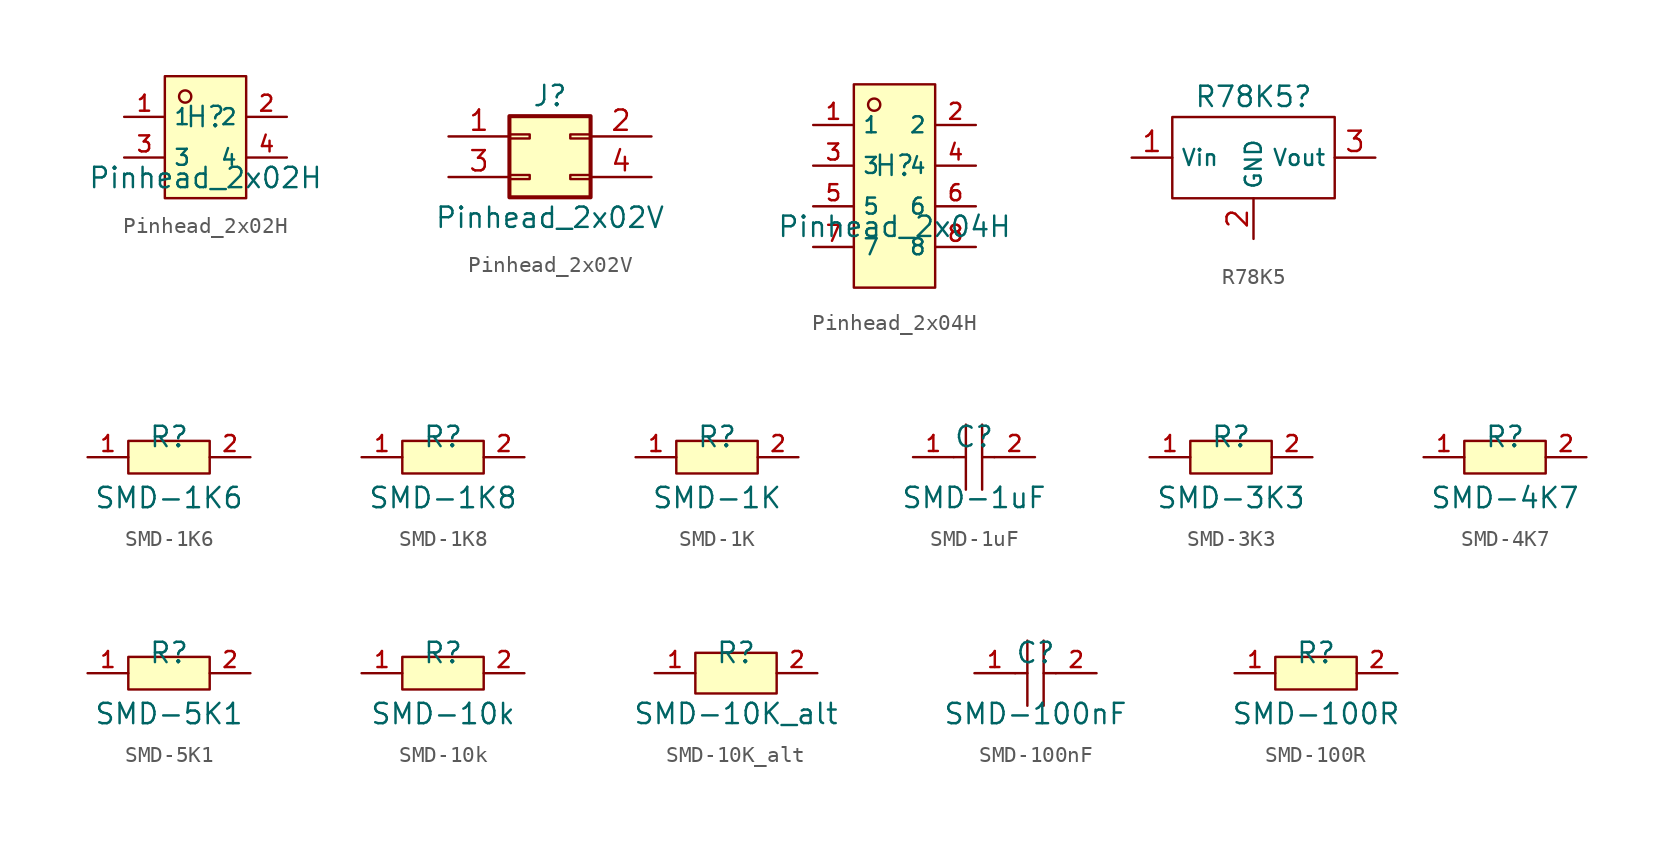
<source format=kicad_sym>
(kicad_symbol_lib
  (version 20231120)
  (generator "kicad_symbol_editor")
  (generator_version "8.0")
  (symbol "Pinhead_2x02H"
    (property "Reference" "H"
      (at 0 1.27 0)
      (effects (font (size 1.27 1.27))))
    (property "Value" "Pinhead_2x02H"
      (at 0 -2.54 0)
      (effects (font (size 1.27 1.27))))
    (symbol "Pinhead_2x02H_0_1"
      (rectangle (start -2.54 3.81) (end 2.54 -3.81) (stroke (width 0) (type default)) (fill (type background)))
      (circle (center -1.27 2.54) (radius 0.381) (stroke (width 0) (type default)) (fill (type background)))
      (pin unspecified line (at -5.08 1.27 0) (length 2.54) (name "1" (effects (font (size 1 1)))) (number "1" (effects (font (size 1 1)))))
      (pin unspecified line (at 5.08 1.27 180) (length 2.54) (name "2" (effects (font (size 1 1)))) (number "2" (effects (font (size 1 1)))))
      (pin unspecified line (at -5.08 -1.27 0) (length 2.54) (name "3" (effects (font (size 1 1)))) (number "3" (effects (font (size 1 1)))))
      (pin unspecified line (at 5.08 -1.27 180) (length 2.54) (name "4" (effects (font (size 1 1)))) (number "4" (effects (font (size 1 1)))))))
  (symbol "Pinhead_2x02V"
    (pin_names
      (offset 1.016) hide)
    (property "Reference" "J"
      (at 1.27 2.54 0)
      (effects (font (size 1.27 1.27))))
    (property "Value" "Pinhead_2x02V"
      (at 1.27 -5.08 0)
      (effects (font (size 1.27 1.27))))
    (symbol "Pinhead_2x02V_1_1"
      (rectangle (start -1.27 -2.413) (end 0 -2.667) (stroke (width 0.152) (type default)) (fill (type none)))
      (rectangle (start -1.27 0.127) (end 0 -0.127) (stroke (width 0.152) (type default)) (fill (type none)))
      (rectangle (start -1.27 1.27) (end 3.81 -3.81) (stroke (width 0.254) (type default)) (fill (type background)))
      (rectangle (start 3.81 -2.413) (end 2.54 -2.667) (stroke (width 0.152) (type default)) (fill (type none)))
      (rectangle (start 3.81 0.127) (end 2.54 -0.127) (stroke (width 0.152) (type default)) (fill (type none)))
      (pin passive line (at -5.08 0 0) (length 3.81) (name "Pin_1" (effects (font (size 1.27 1.27)))) (number "1" (effects (font (size 1.27 1.27)))))
      (pin passive line (at 7.62 0 180) (length 3.81) (name "Pin_2" (effects (font (size 1.27 1.27)))) (number "2" (effects (font (size 1.27 1.27)))))
      (pin passive line (at -5.08 -2.54 0) (length 3.81) (name "Pin_3" (effects (font (size 1.27 1.27)))) (number "3" (effects (font (size 1.27 1.27)))))
      (pin passive line (at 7.62 -2.54 180) (length 3.81) (name "Pin_4" (effects (font (size 1.27 1.27)))) (number "4" (effects (font (size 1.27 1.27)))))))
  (symbol "Pinhead_2x04H"
    (property "Reference" "H"
      (at 0 1.27 0)
      (effects (font (size 1.27 1.27))))
    (property "Value" "Pinhead_2x04H"
      (at 0 -2.54 0)
      (effects (font (size 1.27 1.27))))
    (symbol "Pinhead_2x04H_0_1"
      (rectangle (start -2.54 6.35) (end 2.54 -6.35) (stroke (width 0) (type default)) (fill (type background)))
      (circle (center -1.27 5.08) (radius 0.381) (stroke (width 0) (type default)) (fill (type background)))
      (pin unspecified line (at -5.08 3.81 0) (length 2.54) (name "1" (effects (font (size 1 1)))) (number "1" (effects (font (size 1 1)))))
      (pin unspecified line (at 5.08 3.81 180) (length 2.54) (name "2" (effects (font (size 1 1)))) (number "2" (effects (font (size 1 1)))))
      (pin unspecified line (at -5.08 1.27 0) (length 2.54) (name "3" (effects (font (size 1 1)))) (number "3" (effects (font (size 1 1)))))
      (pin unspecified line (at 5.08 1.27 180) (length 2.54) (name "4" (effects (font (size 1 1)))) (number "4" (effects (font (size 1 1)))))
      (pin unspecified line (at -5.08 -1.27 0) (length 2.54) (name "5" (effects (font (size 1 1)))) (number "5" (effects (font (size 1 1)))))
      (pin unspecified line (at 5.08 -1.27 180) (length 2.54) (name "6" (effects (font (size 1 1)))) (number "6" (effects (font (size 1 1)))))
      (pin unspecified line (at -5.08 -3.81 0) (length 2.54) (name "7" (effects (font (size 1 1)))) (number "7" (effects (font (size 1 1)))))
      (pin unspecified line (at 5.08 -3.81 180) (length 2.54) (name "8" (effects (font (size 1 1)))) (number "8" (effects (font (size 1 1)))))))
  (symbol "R78K5"
    (property "Reference" "R78K5"
      (at 0 7.62 0)
      (do_not_autoplace)
      (effects (font (size 1.27 1.27))))
    (symbol "R78K5_0_1"
      (rectangle (start -5.08 6.35) (end 5.08 1.27) (stroke (width 0) (type default)) (fill (type none))))
    (symbol "R78K5_1_1"
      (pin input line (at -7.62 3.81 0) (length 2.54) (name "Vin" (effects (font (size 1 1)))) (number "1" (effects (font (size 1.27 1.27)))))
      (pin input line (at 0 -1.27 90) (length 2.54) (name "GND" (effects (font (size 1 1)))) (number "2" (effects (font (size 1.27 1.27)))))
      (pin output line (at 7.62 3.81 180) (length 2.54) (name "Vout" (effects (font (size 1 1)))) (number "3" (effects (font (size 1.27 1.27)))))))
  (symbol "SMD-1K6"
    (pin_names hide)
    (property "Reference" "R"
      (at 0 1.27 0)
      (effects (font (size 1.27 1.27))))
    (property "Value" "SMD-1K6"
      (at 0 -2.54 0)
      (effects (font (size 1.27 1.27))))
    (symbol "SMD-1K6_0_1"
      (rectangle (start -2.54 1.016) (end 2.54 -1.016) (stroke (width 0) (type default)) (fill (type background)))
      (pin unspecified line (at -5.08 0 0) (length 2.54) (name "1" (effects (font (size 1 1)))) (number "1" (effects (font (size 1 1)))))
      (pin unspecified line (at 5.08 0 180) (length 2.54) (name "2" (effects (font (size 1 1)))) (number "2" (effects (font (size 1 1)))))))
  (symbol "SMD-1K8"
    (pin_names hide)
    (property "Reference" "R"
      (at 0 1.27 0)
      (effects (font (size 1.27 1.27))))
    (property "Value" "SMD-1K8"
      (at 0 -2.54 0)
      (effects (font (size 1.27 1.27))))
    (symbol "SMD-1K8_0_1"
      (rectangle (start -2.54 1.016) (end 2.54 -1.016) (stroke (width 0) (type default)) (fill (type background))))
    (symbol "SMD-1K8_1_1"
      (pin unspecified line (at -5.08 0 0) (length 2.54) (name "1" (effects (font (size 1 1)))) (number "1" (effects (font (size 1 1)))))
      (pin unspecified line (at 5.08 0 180) (length 2.54) (name "2" (effects (font (size 1 1)))) (number "2" (effects (font (size 1 1)))))))
  (symbol "SMD-1K"
    (pin_names hide)
    (property "Reference" "R"
      (at 0 1.27 0)
      (effects (font (size 1.27 1.27))))
    (property "Value" "SMD-1K"
      (at 0 -2.54 0)
      (effects (font (size 1.27 1.27))))
    (symbol "SMD-1K_0_1"
      (rectangle (start -2.54 1.016) (end 2.54 -1.016) (stroke (width 0) (type default)) (fill (type background))))
    (symbol "SMD-1K_1_1"
      (pin unspecified line (at -5.08 0 0) (length 2.54) (name "1" (effects (font (size 1 1)))) (number "1" (effects (font (size 1 1)))))
      (pin unspecified line (at 5.08 0 180) (length 2.54) (name "2" (effects (font (size 1 1)))) (number "2" (effects (font (size 1 1)))))))
  (symbol "SMD-1uF"
    (pin_names hide)
    (property "Reference" "C"
      (at 0 1.27 0)
      (effects (font (size 1.27 1.27))))
    (property "Value" "SMD-1uF"
      (at 0 -2.54 0)
      (effects (font (size 1.27 1.27))))
    (symbol "SMD-1uF_0_1"
      (polyline (pts (xy -1.27 0) (xy -0.508 0)) (stroke (width 0) (type default)) (fill (type none)))
      (polyline (pts (xy -0.508 2.032) (xy -0.508 -2.032)) (stroke (width 0) (type default)) (fill (type none)))
      (polyline (pts (xy 0.508 0) (xy 1.27 0)) (stroke (width 0) (type default)) (fill (type none)))
      (polyline (pts (xy 0.508 2.032) (xy 0.508 -2.032)) (stroke (width 0) (type default)) (fill (type none))))
    (symbol "SMD-1uF_1_1"
      (pin unspecified line (at -3.81 0 0) (length 2.54) (name "1" (effects (font (size 1 1)))) (number "1" (effects (font (size 1 1)))))
      (pin unspecified line (at 3.81 0 180) (length 2.54) (name "2" (effects (font (size 1 1)))) (number "2" (effects (font (size 1 1)))))))
  (symbol "SMD-3K3"
    (pin_names hide)
    (property "Reference" "R"
      (at 0 1.27 0)
      (effects (font (size 1.27 1.27))))
    (property "Value" "SMD-3K3"
      (at 0 -2.54 0)
      (effects (font (size 1.27 1.27))))
    (symbol "SMD-3K3_0_1"
      (rectangle (start -2.54 1.016) (end 2.54 -1.016) (stroke (width 0) (type default)) (fill (type background))))
    (symbol "SMD-3K3_1_1"
      (pin unspecified line (at -5.08 0 0) (length 2.54) (name "1" (effects (font (size 1 1)))) (number "1" (effects (font (size 1 1)))))
      (pin unspecified line (at 5.08 0 180) (length 2.54) (name "2" (effects (font (size 1 1)))) (number "2" (effects (font (size 1 1)))))))
  (symbol "SMD-4K7"
    (pin_names hide)
    (property "Reference" "R"
      (at 0 1.27 0)
      (effects (font (size 1.27 1.27))))
    (property "Value" "SMD-4K7"
      (at 0 -2.54 0)
      (effects (font (size 1.27 1.27))))
    (symbol "SMD-4K7_0_1"
      (rectangle (start -2.54 1.016) (end 2.54 -1.016) (stroke (width 0) (type default)) (fill (type background)))
      (pin input line (at -5.08 0 0) (length 2.54) (name "1" (effects (font (size 1 1)))) (number "1" (effects (font (size 1 1)))))
      (pin input line (at 5.08 0 180) (length 2.54) (name "2" (effects (font (size 1 1)))) (number "2" (effects (font (size 1 1)))))))
  (symbol "SMD-5K1"
    (pin_names hide)
    (property "Reference" "R"
      (at 0 1.27 0)
      (effects (font (size 1.27 1.27))))
    (property "Value" "SMD-5K1"
      (at 0 -2.54 0)
      (effects (font (size 1.27 1.27))))
    (symbol "SMD-5K1_0_1"
      (rectangle (start -2.54 1.016) (end 2.54 -1.016) (stroke (width 0) (type default)) (fill (type background))))
    (symbol "SMD-5K1_1_1"
      (pin unspecified line (at -5.08 0 0) (length 2.54) (name "1" (effects (font (size 1 1)))) (number "1" (effects (font (size 1 1)))))
      (pin unspecified line (at 5.08 0 180) (length 2.54) (name "2" (effects (font (size 1 1)))) (number "2" (effects (font (size 1 1)))))))
  (symbol "SMD-10k"
    (pin_names hide)
    (property "Reference" "R"
      (at 0 1.27 0)
      (effects (font (size 1.27 1.27))))
    (property "Value" "SMD-10k"
      (at 0 -2.54 0)
      (effects (font (size 1.27 1.27))))
    (symbol "SMD-10k_0_1"
      (rectangle (start -2.54 1.016) (end 2.54 -1.016) (stroke (width 0) (type default)) (fill (type background))))
    (symbol "SMD-10k_1_1"
      (pin unspecified line (at -5.08 0 0) (length 2.54) (name "1" (effects (font (size 1 1)))) (number "1" (effects (font (size 1 1)))))
      (pin unspecified line (at 5.08 0 180) (length 2.54) (name "2" (effects (font (size 1 1)))) (number "2" (effects (font (size 1 1)))))))
  (symbol "SMD-10K_alt"
    (pin_names hide)
    (property "Reference" "R"
      (at 0 1.27 0)
      (effects (font (size 1.27 1.27))))
    (property "Value" "SMD-10K_alt"
      (at 0 -2.54 0)
      (effects (font (size 1.27 1.27))))
    (symbol "SMD-10K_alt_0_1"
      (rectangle (start -2.54 1.27) (end 2.54 -1.27) (stroke (width 0) (type default)) (fill (type background)))
      (pin unspecified line (at -5.08 0 0) (length 2.54) (name "1" (effects (font (size 1 1)))) (number "1" (effects (font (size 1 1)))))
      (pin unspecified line (at 5.08 0 180) (length 2.54) (name "2" (effects (font (size 1 1)))) (number "2" (effects (font (size 1 1)))))))
  (symbol "SMD-100nF"
    (pin_names hide)
    (property "Reference" "C"
      (at 0 1.27 0)
      (effects (font (size 1.27 1.27))))
    (property "Value" "SMD-100nF"
      (at 0 -2.54 0)
      (effects (font (size 1.27 1.27))))
    (symbol "SMD-100nF_0_1"
      (polyline (pts (xy -1.27 0) (xy -0.508 0)) (stroke (width 0) (type default)) (fill (type none)))
      (polyline (pts (xy -0.508 2.032) (xy -0.508 -2.032)) (stroke (width 0) (type default)) (fill (type none)))
      (polyline (pts (xy 0.508 0) (xy 1.27 0)) (stroke (width 0) (type default)) (fill (type none)))
      (polyline (pts (xy 0.508 2.032) (xy 0.508 -2.032)) (stroke (width 0) (type default)) (fill (type none))))
    (symbol "SMD-100nF_1_1"
      (pin unspecified line (at -3.81 0 0) (length 2.54) (name "1" (effects (font (size 1 1)))) (number "1" (effects (font (size 1 1)))))
      (pin unspecified line (at 3.81 0 180) (length 2.54) (name "2" (effects (font (size 1 1)))) (number "2" (effects (font (size 1 1)))))))
  (symbol "SMD-100R"
    (pin_names hide)
    (property "Reference" "R"
      (at 0 1.27 0)
      (effects (font (size 1.27 1.27))))
    (property "Value" "SMD-100R"
      (at 0 -2.54 0)
      (effects (font (size 1.27 1.27))))
    (symbol "SMD-100R_0_1"
      (rectangle (start -2.54 1.016) (end 2.54 -1.016) (stroke (width 0) (type default)) (fill (type background))))
    (symbol "SMD-100R_1_1"
      (pin unspecified line (at -5.08 0 0) (length 2.54) (name "1" (effects (font (size 1 1)))) (number "1" (effects (font (size 1 1)))))
      (pin unspecified line (at 5.08 0 180) (length 2.54) (name "2" (effects (font (size 1 1)))) (number "2" (effects (font (size 1 1))))))))
</source>
